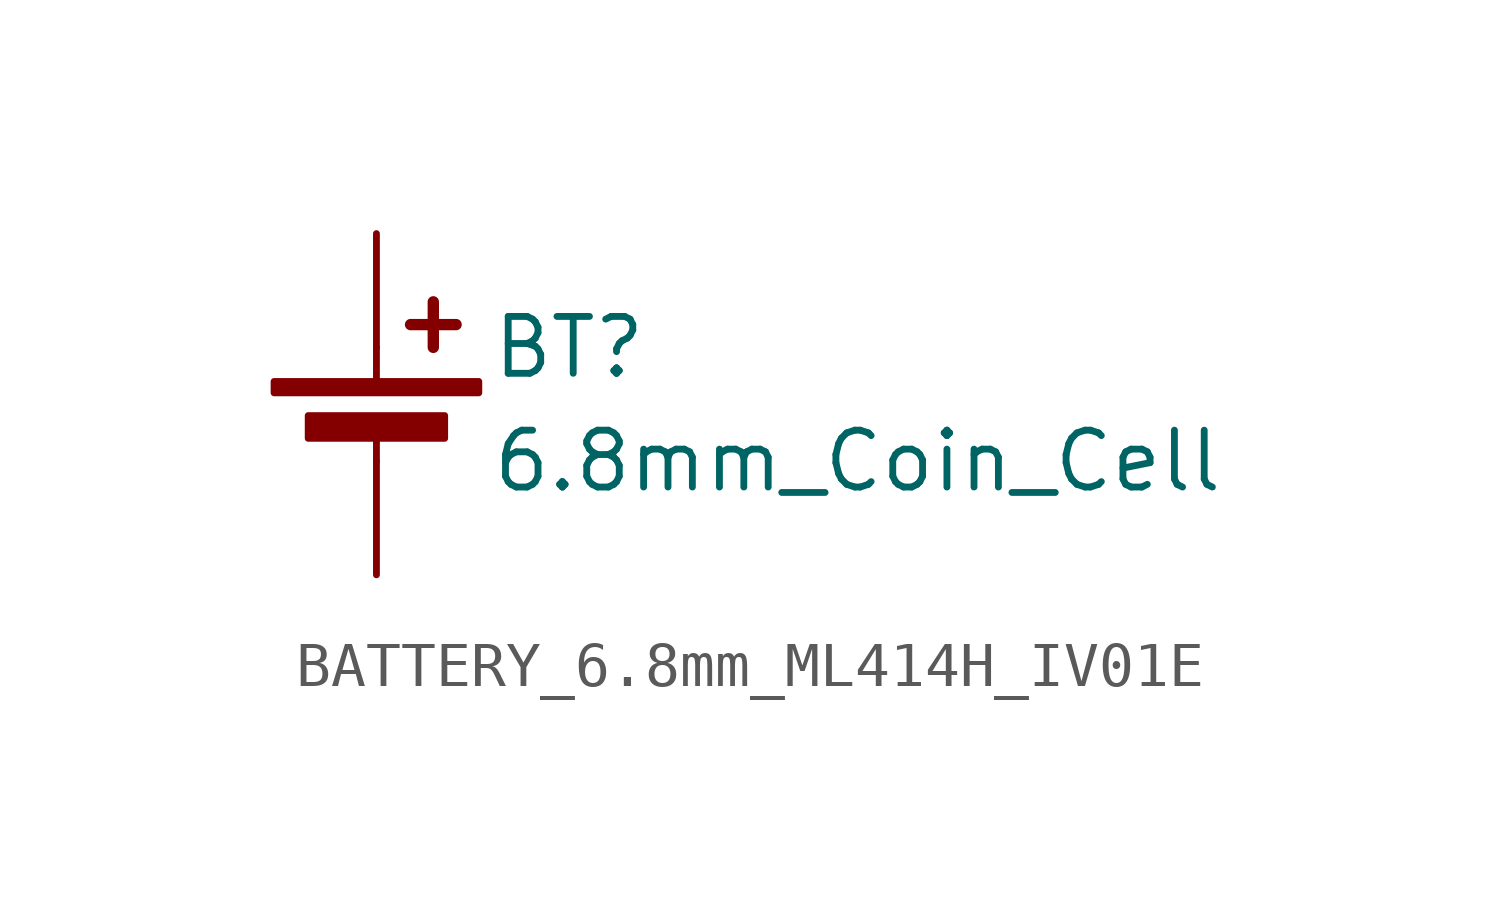
<source format=kicad_sym>
(kicad_symbol_lib
  (version 20220914)
  (generator kicad_symbol_editor)
  (symbol "BATTERY_6.8mm_ML414H_IV01E"
    (pin_numbers hide)
    (pin_names
      (offset 0) hide)
    (property "Reference" "BT"
      (at 2.54 2.54 0)
      (effects (font (size 1.27 1.27)) (justify left)))
    (property "Value" "6.8mm_Coin_Cell"
      (at 2.54 0 0)
      (effects (font (size 1.27 1.27)) (justify left)))
    (symbol "BATTERY_6.8mm_ML414H_IV01E_0_1"
      (rectangle (start -2.286 1.778) (end 2.286 1.524) (stroke (width 0) (type default)) (fill (type outline)))
      (rectangle (start -1.524 1.016) (end 1.524 0.508) (stroke (width 0) (type default)) (fill (type outline)))
      (polyline (pts (xy 0 0.762) (xy 0 0)) (stroke (width 0) (type default)) (fill (type none)))
      (polyline (pts (xy 0 1.778) (xy 0 2.54)) (stroke (width 0) (type default)) (fill (type none)))
      (polyline (pts (xy 0.762 3.048) (xy 1.778 3.048)) (stroke (width 0.254) (type default)) (fill (type none)))
      (polyline (pts (xy 1.27 3.556) (xy 1.27 2.54)) (stroke (width 0.254) (type default)) (fill (type none))))
    (symbol "BATTERY_6.8mm_ML414H_IV01E_1_1"
      (pin passive line (at 0 5.08 270) (length 2.54) (name "+" (effects (font (size 1.27 1.27)))) (number "+" (effects (font (size 1.27 1.27)))))
      (pin passive line (at 0 -2.54 90) (length 2.54) (name "-" (effects (font (size 1.27 1.27)))) (number "-" (effects (font (size 1.27 1.27))))))))
</source>
